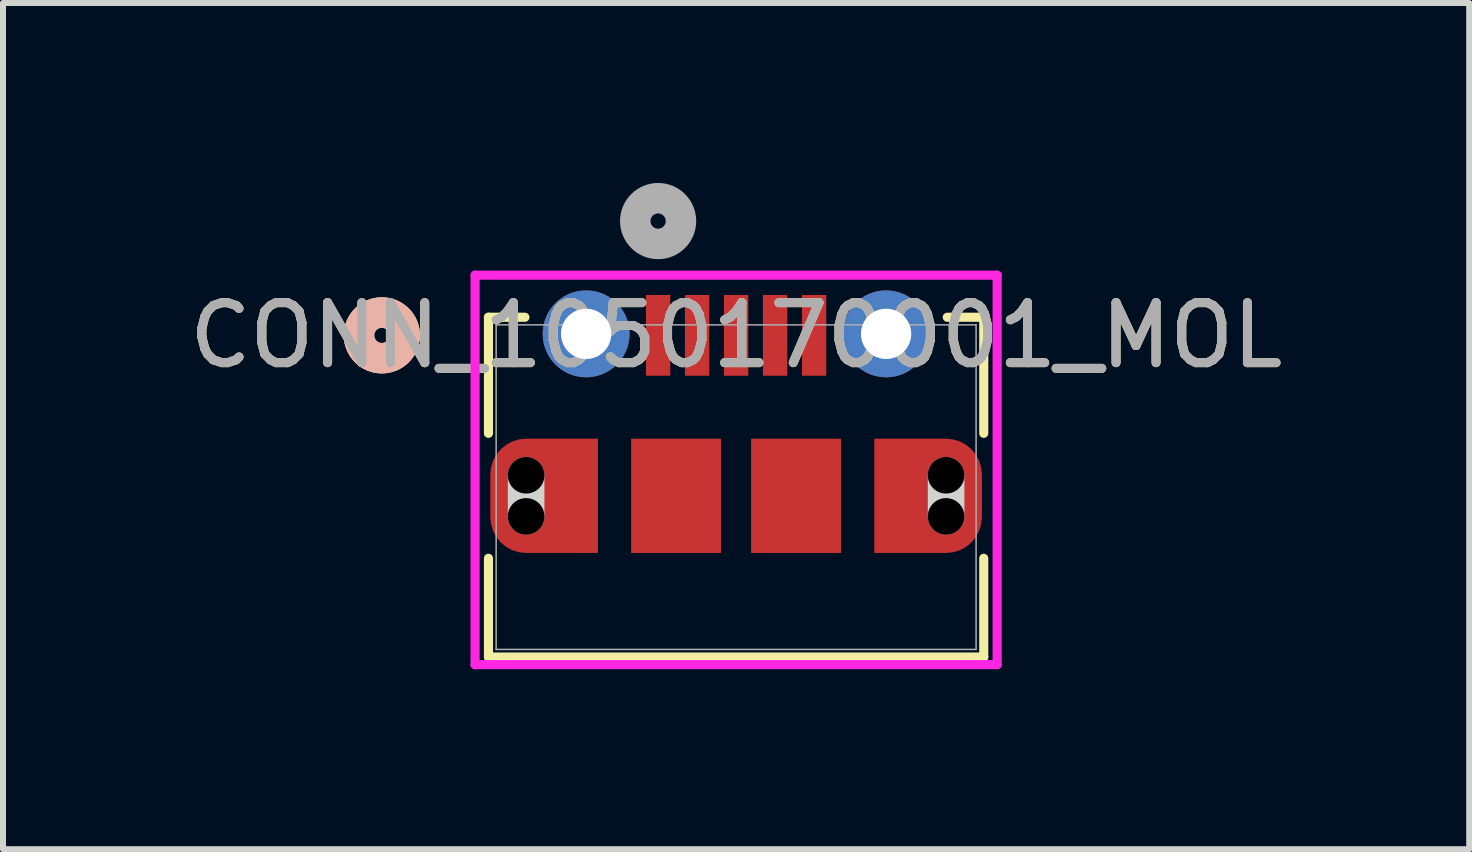
<source format=kicad_pcb>
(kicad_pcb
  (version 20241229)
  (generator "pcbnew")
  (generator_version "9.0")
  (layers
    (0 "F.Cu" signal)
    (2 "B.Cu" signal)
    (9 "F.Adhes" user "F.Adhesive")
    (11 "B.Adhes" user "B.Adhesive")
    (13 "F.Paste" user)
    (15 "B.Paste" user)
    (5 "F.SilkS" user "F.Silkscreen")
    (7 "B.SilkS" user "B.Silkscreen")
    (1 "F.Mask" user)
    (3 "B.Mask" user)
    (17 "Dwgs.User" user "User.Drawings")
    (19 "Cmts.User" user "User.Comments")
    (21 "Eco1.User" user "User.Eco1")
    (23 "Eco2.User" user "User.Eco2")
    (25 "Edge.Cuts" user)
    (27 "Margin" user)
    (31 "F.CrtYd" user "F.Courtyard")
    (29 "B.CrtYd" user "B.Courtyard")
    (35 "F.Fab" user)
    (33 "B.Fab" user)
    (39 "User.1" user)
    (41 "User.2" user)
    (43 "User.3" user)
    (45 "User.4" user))
  (footprint "CONN_1050170001_MOL"
    (layer "F.Cu")
    (at 9.22 5.07)
    (property "Reference" "CONN_1050170001_MOL" (at 0 -2.53 0) (unlocked yes) (layer "F.SilkS") (effects (font (size 1 1) (thickness 0.15))))
    (attr smd)
    (fp_poly (pts (xy -3.497 -0.808) (xy -2.303 -0.808) (xy -2.303 1.097) (xy -3.497 1.097) (xy -3.616 1.086) (xy -3.728 1.052) (xy -3.832 0.997) (xy -3.922 0.923) (xy -3.996 0.832) (xy -4.051 0.729) (xy -4.085 0.617) (xy -4.097 0.501) (xy -4.097 -0.211) (xy -4.085 -0.327) (xy -4.051 -0.439) (xy -3.996 -0.542) (xy -3.922 -0.633) (xy -3.832 -0.707) (xy -3.728 -0.762) (xy -3.616 -0.796)) (stroke (width 0) (type solid)) (fill yes) (layer "F.Cu"))
    (fp_poly (pts (xy 2.303 -0.808) (xy 3.5 -0.808) (xy 3.616 -0.796) (xy 3.728 -0.762) (xy 3.832 -0.707) (xy 3.922 -0.633) (xy 3.996 -0.542) (xy 4.051 -0.439) (xy 4.085 -0.327) (xy 4.097 -0.211) (xy 4.097 0.501) (xy 4.085 0.617) (xy 4.051 0.729) (xy 3.996 0.832) (xy 3.922 0.923) (xy 3.832 0.997) (xy 3.728 1.052) (xy 3.616 1.086) (xy 3.5 1.097) (xy 2.303 1.097)) (stroke (width 0) (type solid)) (fill yes) (layer "F.Cu"))
    (fp_line (start -4.128 -2.832) (end -4.128 -0.897) (stroke (width 0.152) (type solid)) (layer "F.SilkS"))
    (fp_line (start -4.128 1.186) (end -4.128 2.832) (stroke (width 0.152) (type solid)) (layer "F.SilkS"))
    (fp_line (start -4.128 2.832) (end 4.128 2.832) (stroke (width 0.152) (type solid)) (layer "F.SilkS"))
    (fp_line (start -3.52 -2.832) (end -4.128 -2.832) (stroke (width 0.152) (type solid)) (layer "F.SilkS"))
    (fp_line (start 4.128 -2.832) (end 3.52 -2.832) (stroke (width 0.152) (type solid)) (layer "F.SilkS"))
    (fp_line (start 4.128 -0.897) (end 4.128 -2.832) (stroke (width 0.152) (type solid)) (layer "F.SilkS"))
    (fp_line (start 4.128 2.832) (end 4.128 1.186) (stroke (width 0.152) (type solid)) (layer "F.SilkS"))
    (fp_circle (center -5.905 -2.53) (end -5.524 -2.53) (stroke (width 0.508) (type solid)) (fill no) (layer "F.SilkS"))
    (fp_circle (center -5.905 -2.53) (end -5.524 -2.53) (stroke (width 0.508) (type solid)) (fill no) (layer "B.SilkS"))
    (fp_line (start -3.5 0.488) (end -3.5 -0.198) (stroke (width 0.61) (type solid)) (layer "Edge.Cuts"))
    (fp_line (start 3.5 0.488) (end 3.5 -0.198) (stroke (width 0.61) (type solid)) (layer "Edge.Cuts"))
    (fp_line (start -4.351 -3.533) (end -4.351 2.959) (stroke (width 0.152) (type solid)) (layer "F.CrtYd"))
    (fp_line (start -4.351 2.959) (end 4.351 2.959) (stroke (width 0.152) (type solid)) (layer "F.CrtYd"))
    (fp_line (start 4.351 -3.533) (end -4.351 -3.533) (stroke (width 0.152) (type solid)) (layer "F.CrtYd"))
    (fp_line (start 4.351 2.959) (end 4.351 -3.533) (stroke (width 0.152) (type solid)) (layer "F.CrtYd"))
    (fp_line (start -4 -2.705) (end -4 2.705) (stroke (width 0.025) (type solid)) (layer "F.Fab"))
    (fp_line (start -4 2.705) (end 4 2.705) (stroke (width 0.025) (type solid)) (layer "F.Fab"))
    (fp_line (start 4 -2.705) (end -4 -2.705) (stroke (width 0.025) (type solid)) (layer "F.Fab"))
    (fp_line (start 4 2.705) (end 4 -2.705) (stroke (width 0.025) (type solid)) (layer "F.Fab"))
    (fp_circle (center -1.3 -4.435) (end -0.919 -4.435) (stroke (width 0.508) (type solid)) (fill no) (layer "F.Fab"))
    (fp_text user "${REFERENCE}" (at 0 -2.53 0) (unlocked yes) (layer "F.Fab") (effects (font (size 1 1) (thickness 0.15))))
    (pad "" np_thru_hole circle (at -3.5 -0.198) (size 0.61 0.61) (drill 0.61) (layers))
    (pad "" np_thru_hole circle (at -3.5 0.488) (size 0.61 0.61) (drill 0.61) (layers))
    (pad "" np_thru_hole circle (at 3.5 -0.198) (size 0.61 0.61) (drill 0.61) (layers))
    (pad "" np_thru_hole circle (at 3.5 0.488) (size 0.61 0.61) (drill 0.61) (layers))
    (pad "1" smd rect (at -1.3 -2.53) (size 0.406 1.346) (layers "F.Cu" "F.Mask" "F.Paste"))
    (pad "2" smd rect (at -0.65 -2.53) (size 0.406 1.346) (layers "F.Cu" "F.Mask" "F.Paste"))
    (pad "3" smd rect (at 0 -2.53) (size 0.406 1.346) (layers "F.Cu" "F.Mask" "F.Paste"))
    (pad "4" smd rect (at 0.65 -2.53) (size 0.406 1.346) (layers "F.Cu" "F.Mask" "F.Paste"))
    (pad "5" smd rect (at 1.3 -2.53) (size 0.406 1.346) (layers "F.Cu" "F.Mask" "F.Paste"))
    (pad "6" thru_hole circle (at -2.5 -2.555) (size 1.448 1.448) (drill 0.838) (layers "*.Cu" "*.Mask"))
    (pad "7" thru_hole circle (at 2.5 -2.555) (size 1.448 1.448) (drill 0.838) (layers "*.Cu" "*.Mask"))
    (pad "8" smd rect (at -2.9 0.145) (size 0.127 0.127) (layers "F.Cu" "F.Mask" "F.Paste"))
    (pad "9" smd rect (at 2.9 0.145) (size 0.127 0.127) (layers "F.Cu" "F.Mask" "F.Paste"))
    (pad "10" smd rect (at -1 0.145) (size 1.499 1.905) (layers "F.Cu" "F.Mask" "F.Paste"))
    (pad "11" smd rect (at 1 0.145) (size 1.499 1.905) (layers "F.Cu" "F.Mask" "F.Paste")))
  (gr_rect
    (start -3 -3)
    (end 21.44 11.105)
    (stroke (width 0.1) (type default))
    (fill no)
    (layer "Edge.Cuts")))
</source>
